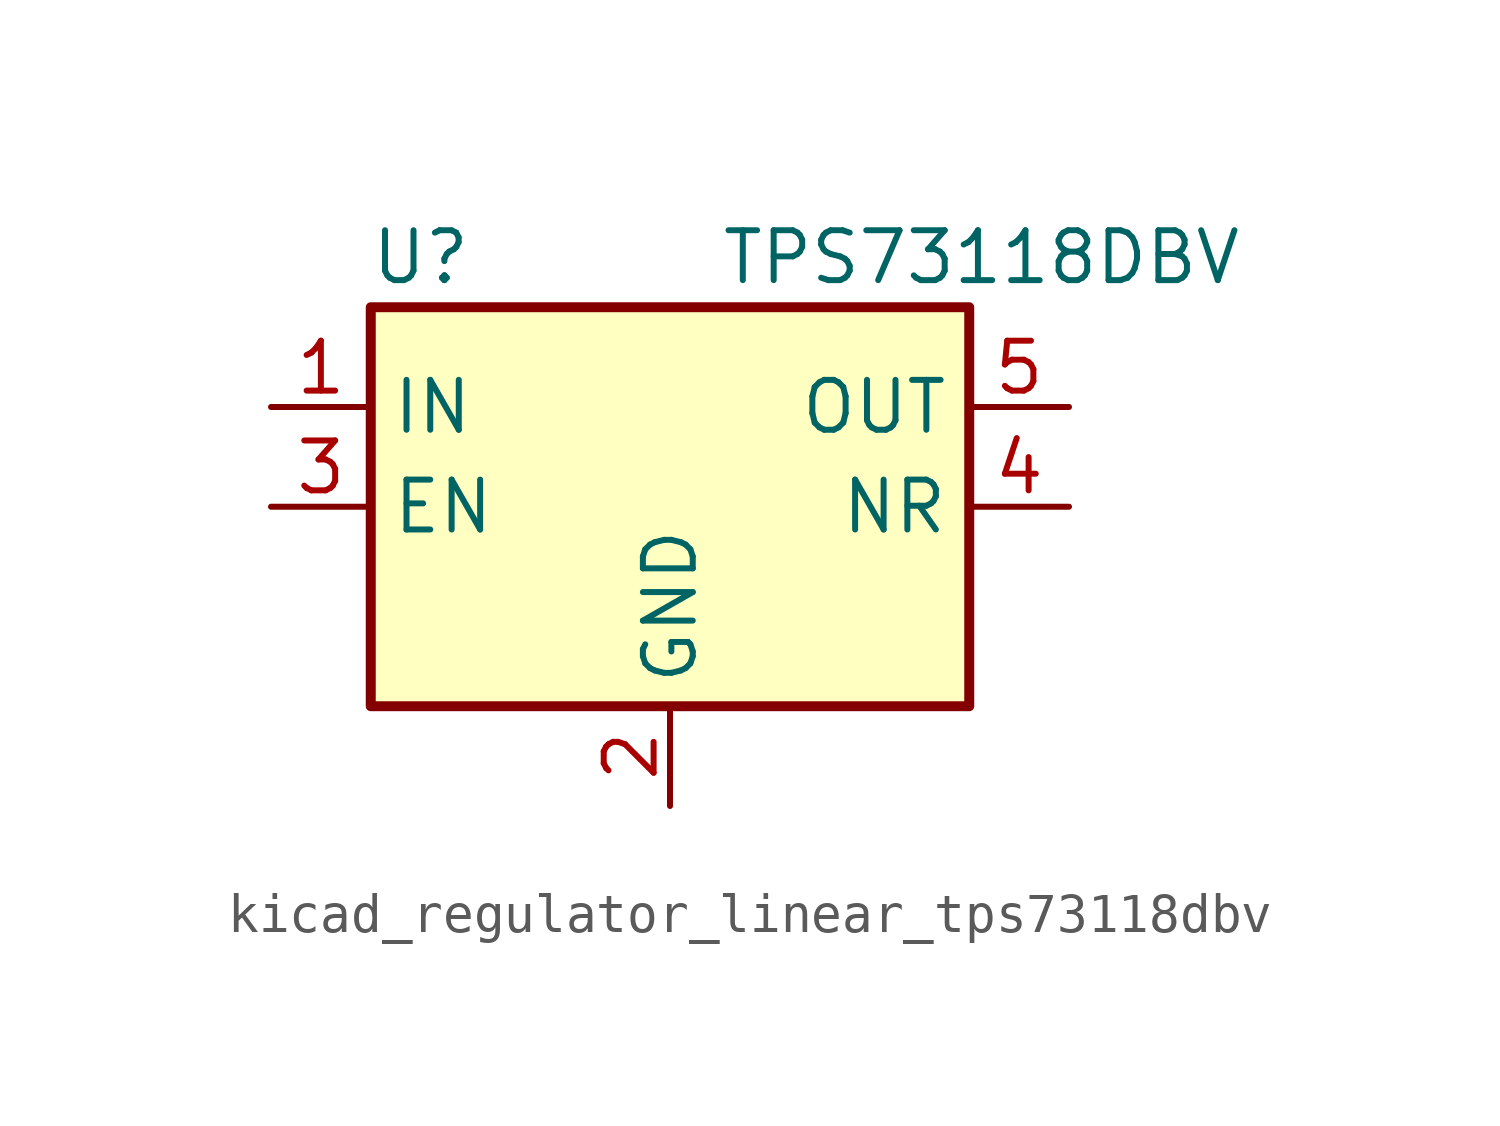
<source format=kicad_sym>
(kicad_symbol_lib
  (version 20220914)
  (generator kicad_symbol_editor)
  (symbol "kicad_regulator_linear_tps73118dbv"
    (property "Reference" "U"
      (at -6.35 6.35 0)
      (effects (font (size 1.27 1.27))))
    (property "Value" "TPS73118DBV"
      (at 1.27 6.35 0)
      (effects (font (size 1.27 1.27)) (justify left)))
    (symbol "kicad_regulator_linear_tps73118dbv_0_1"
      (rectangle (start -7.62 -5.08) (end 7.62 5.08) (stroke (width 0.254) (type default)) (fill (type background))))
    (symbol "kicad_regulator_linear_tps73118dbv_1_1"
      (pin power_in line (at -10.16 2.54 0) (length 2.54) (name "IN" (effects (font (size 1.27 1.27)))) (number "1" (effects (font (size 1.27 1.27)))))
      (pin power_in line (at 0 -7.62 90) (length 2.54) (name "GND" (effects (font (size 1.27 1.27)))) (number "2" (effects (font (size 1.27 1.27)))))
      (pin input line (at -10.16 0 0) (length 2.54) (name "EN" (effects (font (size 1.27 1.27)))) (number "3" (effects (font (size 1.27 1.27)))))
      (pin passive line (at 10.16 0 180) (length 2.54) (name "NR" (effects (font (size 1.27 1.27)))) (number "4" (effects (font (size 1.27 1.27)))))
      (pin power_out line (at 10.16 2.54 180) (length 2.54) (name "OUT" (effects (font (size 1.27 1.27)))) (number "5" (effects (font (size 1.27 1.27))))))))
</source>
